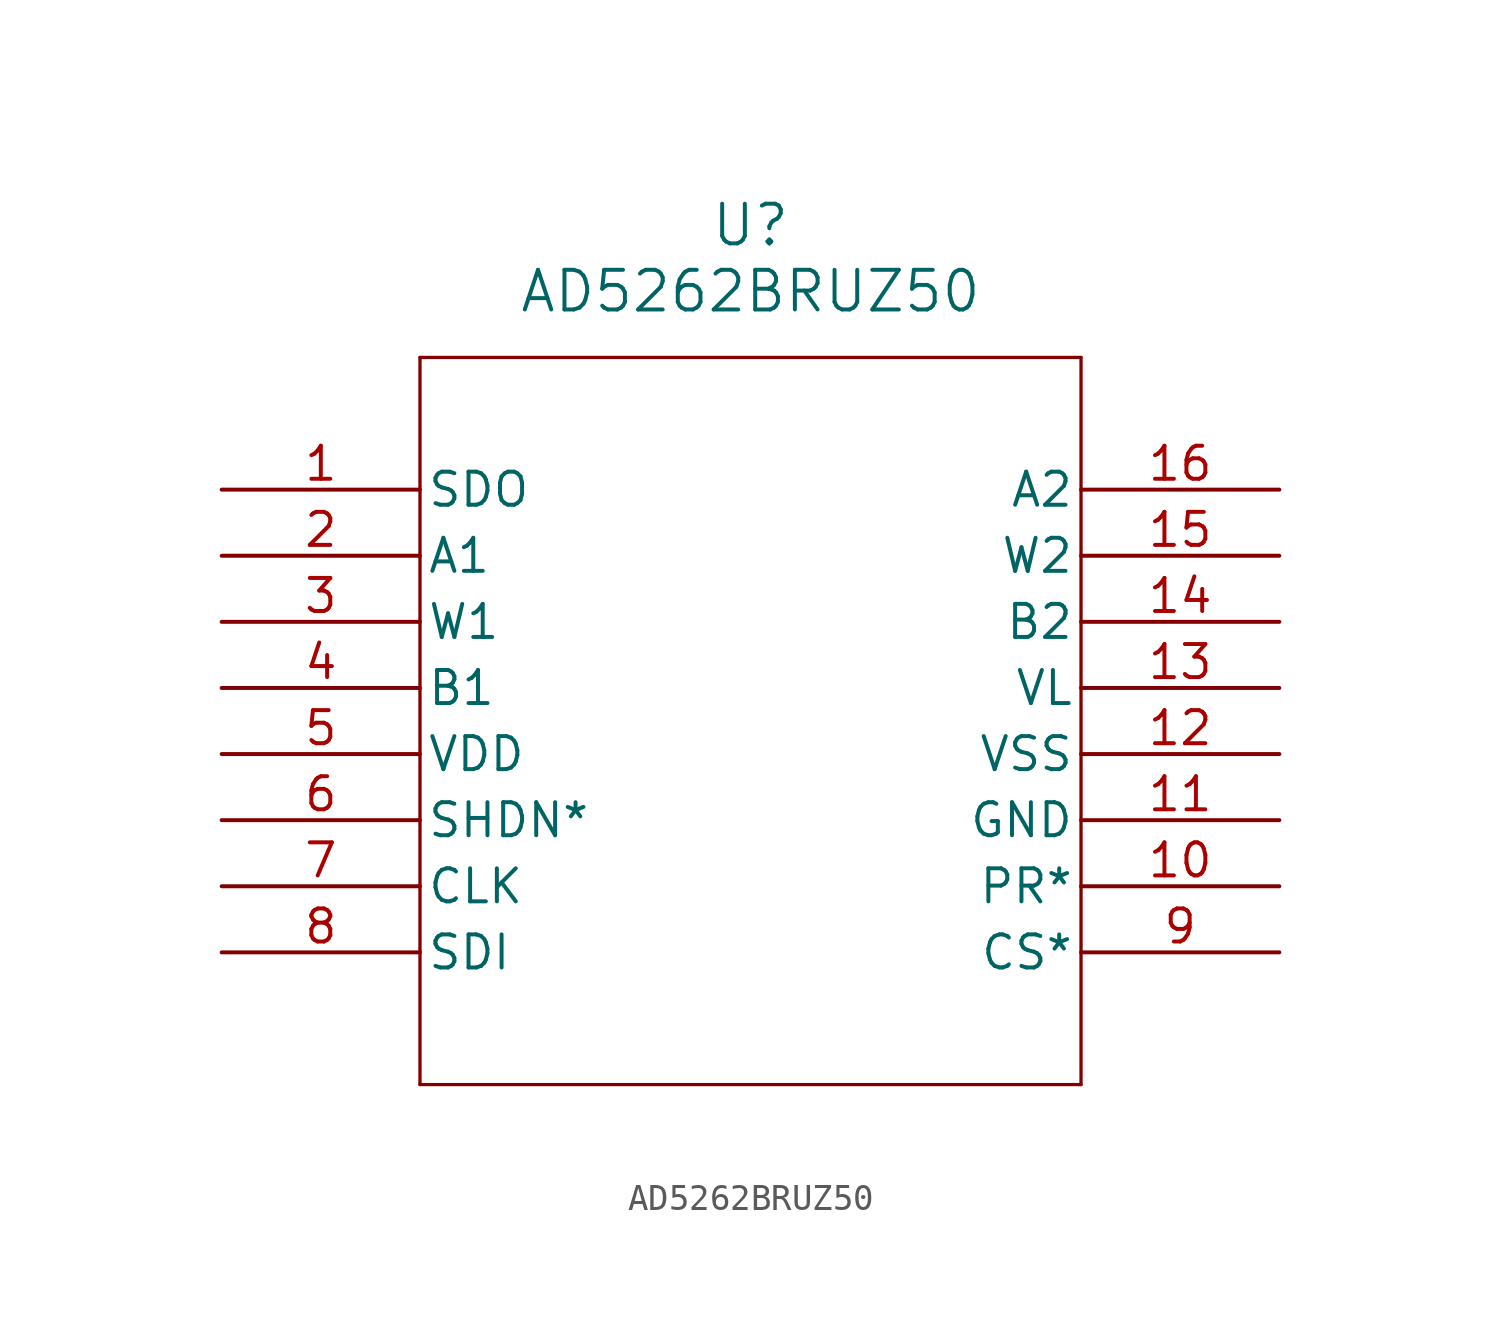
<source format=kicad_sym>
(kicad_symbol_lib
  (version 20211014)
  (generator kicad_symbol_editor)
  (symbol "AD5262BRUZ50"
    (pin_names
      (offset 0.254))
    (property "Reference" "U"
      (at 20.32 10.16 0)
      (effects (font (size 1.524 1.524))))
    (property "Value" "AD5262BRUZ50"
      (at 20.32 7.62 0)
      (effects (font (size 1.524 1.524))))
    (symbol "AD5262BRUZ50_0_1"
      (polyline (pts (xy 7.62 5.08) (xy 7.62 -22.86)) (stroke (width 0.127) (type default) (color 0 0 0 0)) (fill (type none)))
      (polyline (pts (xy 7.62 -22.86) (xy 33.02 -22.86)) (stroke (width 0.127) (type default) (color 0 0 0 0)) (fill (type none)))
      (polyline (pts (xy 33.02 -22.86) (xy 33.02 5.08)) (stroke (width 0.127) (type default) (color 0 0 0 0)) (fill (type none)))
      (polyline (pts (xy 33.02 5.08) (xy 7.62 5.08)) (stroke (width 0.127) (type default) (color 0 0 0 0)) (fill (type none)))
      (pin unspecified line (at 0 0 0) (length 7.62) (name "SDO" (effects (font (size 1.27 1.27)))) (number "1" (effects (font (size 1.27 1.27)))))
      (pin unspecified line (at 0 -2.54 0) (length 7.62) (name "A1" (effects (font (size 1.27 1.27)))) (number "2" (effects (font (size 1.27 1.27)))))
      (pin unspecified line (at 0 -5.08 0) (length 7.62) (name "W1" (effects (font (size 1.27 1.27)))) (number "3" (effects (font (size 1.27 1.27)))))
      (pin unspecified line (at 0 -7.62 0) (length 7.62) (name "B1" (effects (font (size 1.27 1.27)))) (number "4" (effects (font (size 1.27 1.27)))))
      (pin power_in line (at 0 -10.16 0) (length 7.62) (name "VDD" (effects (font (size 1.27 1.27)))) (number "5" (effects (font (size 1.27 1.27)))))
      (pin unspecified line (at 0 -12.7 0) (length 7.62) (name "SHDN*" (effects (font (size 1.27 1.27)))) (number "6" (effects (font (size 1.27 1.27)))))
      (pin unspecified line (at 0 -15.24 0) (length 7.62) (name "CLK" (effects (font (size 1.27 1.27)))) (number "7" (effects (font (size 1.27 1.27)))))
      (pin unspecified line (at 0 -17.78 0) (length 7.62) (name "SDI" (effects (font (size 1.27 1.27)))) (number "8" (effects (font (size 1.27 1.27)))))
      (pin unspecified line (at 40.64 -17.78 180) (length 7.62) (name "CS*" (effects (font (size 1.27 1.27)))) (number "9" (effects (font (size 1.27 1.27)))))
      (pin unspecified line (at 40.64 -15.24 180) (length 7.62) (name "PR*" (effects (font (size 1.27 1.27)))) (number "10" (effects (font (size 1.27 1.27)))))
      (pin unspecified line (at 40.64 -12.7 180) (length 7.62) (name "GND" (effects (font (size 1.27 1.27)))) (number "11" (effects (font (size 1.27 1.27)))))
      (pin power_in line (at 40.64 -10.16 180) (length 7.62) (name "VSS" (effects (font (size 1.27 1.27)))) (number "12" (effects (font (size 1.27 1.27)))))
      (pin power_in line (at 40.64 -7.62 180) (length 7.62) (name "VL" (effects (font (size 1.27 1.27)))) (number "13" (effects (font (size 1.27 1.27)))))
      (pin unspecified line (at 40.64 -5.08 180) (length 7.62) (name "B2" (effects (font (size 1.27 1.27)))) (number "14" (effects (font (size 1.27 1.27)))))
      (pin unspecified line (at 40.64 -2.54 180) (length 7.62) (name "W2" (effects (font (size 1.27 1.27)))) (number "15" (effects (font (size 1.27 1.27)))))
      (pin unspecified line (at 40.64 0 180) (length 7.62) (name "A2" (effects (font (size 1.27 1.27)))) (number "16" (effects (font (size 1.27 1.27))))))))
</source>
